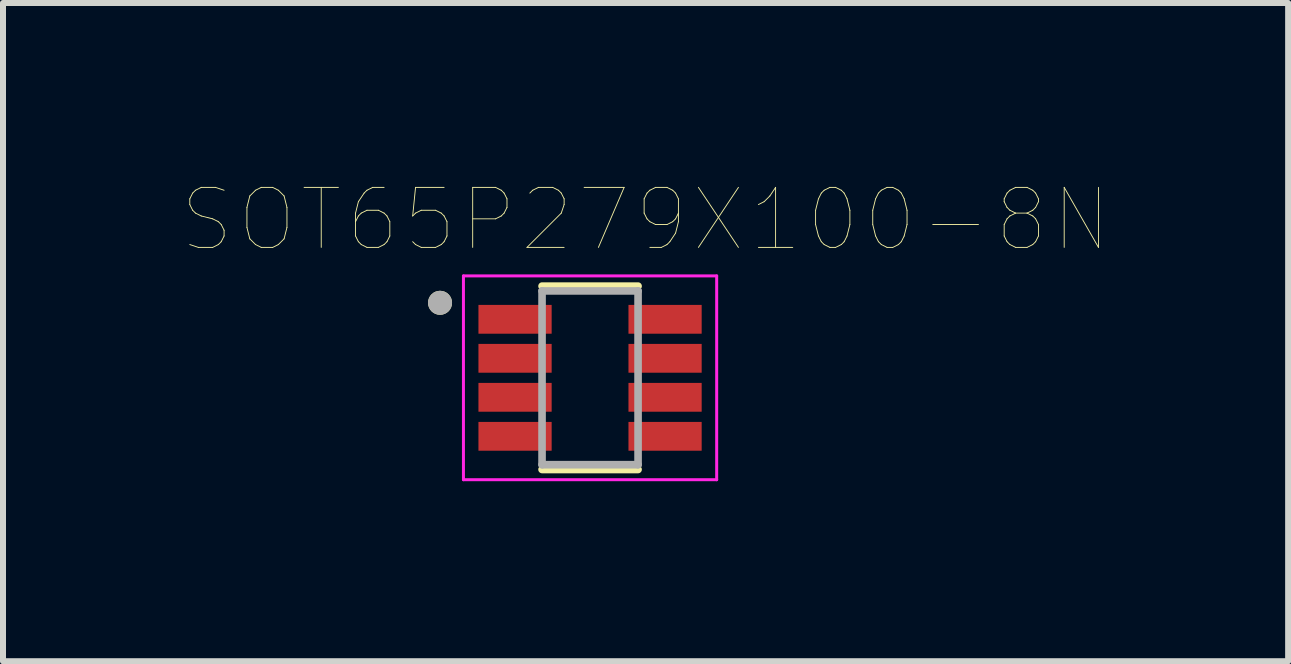
<source format=kicad_pcb>
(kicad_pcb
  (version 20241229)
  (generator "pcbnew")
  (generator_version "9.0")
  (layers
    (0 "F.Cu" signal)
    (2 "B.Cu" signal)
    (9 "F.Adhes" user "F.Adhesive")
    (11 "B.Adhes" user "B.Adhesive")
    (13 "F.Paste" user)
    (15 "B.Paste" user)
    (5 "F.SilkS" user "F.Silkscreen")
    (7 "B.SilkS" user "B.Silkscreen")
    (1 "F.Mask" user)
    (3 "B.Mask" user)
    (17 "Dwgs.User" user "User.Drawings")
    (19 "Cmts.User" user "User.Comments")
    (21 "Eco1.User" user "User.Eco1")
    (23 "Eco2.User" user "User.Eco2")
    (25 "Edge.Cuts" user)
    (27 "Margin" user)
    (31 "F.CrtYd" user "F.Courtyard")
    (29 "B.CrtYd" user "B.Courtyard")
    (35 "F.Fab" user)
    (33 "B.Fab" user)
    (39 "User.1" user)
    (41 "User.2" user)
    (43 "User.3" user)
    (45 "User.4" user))
  (footprint "SOT65P279X100-8N"
    (layer "F.Cu")
    (at 6.783 3.246)
    (property "Reference" "SOT65P279X100-8N" (at 0.925 -2.635 0) (layer "F.SilkS") (effects (font (size 1 1) (thickness 0.015))))
    (attr through_hole)
    (fp_line (start -0.8 -1.528) (end 0.8 -1.528) (stroke (width 0.127) (type solid)) (layer "F.SilkS"))
    (fp_line (start -0.8 1.528) (end 0.8 1.528) (stroke (width 0.127) (type solid)) (layer "F.SilkS"))
    (fp_circle (center -2.5 -1.25) (end -2.4 -1.25) (stroke (width 0.2) (type solid)) (fill no) (layer "F.SilkS"))
    (fp_line (start -2.11 -1.698) (end -2.11 1.698) (stroke (width 0.05) (type solid)) (layer "F.CrtYd"))
    (fp_line (start -2.11 1.698) (end 2.11 1.698) (stroke (width 0.05) (type solid)) (layer "F.CrtYd"))
    (fp_line (start 2.11 -1.698) (end -2.11 -1.698) (stroke (width 0.05) (type solid)) (layer "F.CrtYd"))
    (fp_line (start 2.11 1.698) (end 2.11 -1.698) (stroke (width 0.05) (type solid)) (layer "F.CrtYd"))
    (fp_line (start -0.8 -1.448) (end -0.8 1.448) (stroke (width 0.127) (type solid)) (layer "F.Fab"))
    (fp_line (start -0.8 1.448) (end 0.8 1.448) (stroke (width 0.127) (type solid)) (layer "F.Fab"))
    (fp_line (start 0.8 -1.448) (end -0.8 -1.448) (stroke (width 0.127) (type solid)) (layer "F.Fab"))
    (fp_line (start 0.8 1.448) (end 0.8 -1.448) (stroke (width 0.127) (type solid)) (layer "F.Fab"))
    (fp_circle (center -2.5 -1.25) (end -2.4 -1.25) (stroke (width 0.2) (type solid)) (fill no) (layer "F.Fab"))
    (pad "1" smd rect (at -1.25 -0.975) (size 1.22 0.48) (layers "F.Cu" "F.Mask" "F.Paste"))
    (pad "2" smd rect (at -1.25 -0.325) (size 1.22 0.48) (layers "F.Cu" "F.Mask" "F.Paste"))
    (pad "3" smd rect (at -1.25 0.325) (size 1.22 0.48) (layers "F.Cu" "F.Mask" "F.Paste"))
    (pad "4" smd rect (at -1.25 0.975) (size 1.22 0.48) (layers "F.Cu" "F.Mask" "F.Paste"))
    (pad "5" smd rect (at 1.25 0.975) (size 1.22 0.48) (layers "F.Cu" "F.Mask" "F.Paste"))
    (pad "6" smd rect (at 1.25 0.325) (size 1.22 0.48) (layers "F.Cu" "F.Mask" "F.Paste"))
    (pad "7" smd rect (at 1.25 -0.325) (size 1.22 0.48) (layers "F.Cu" "F.Mask" "F.Paste"))
    (pad "8" smd rect (at 1.25 -0.975) (size 1.22 0.48) (layers "F.Cu" "F.Mask" "F.Paste")))
  (gr_rect
    (start -3 -3)
    (end 18.416 7.969)
    (stroke (width 0.1) (type default))
    (fill no)
    (layer "Edge.Cuts")))
</source>
